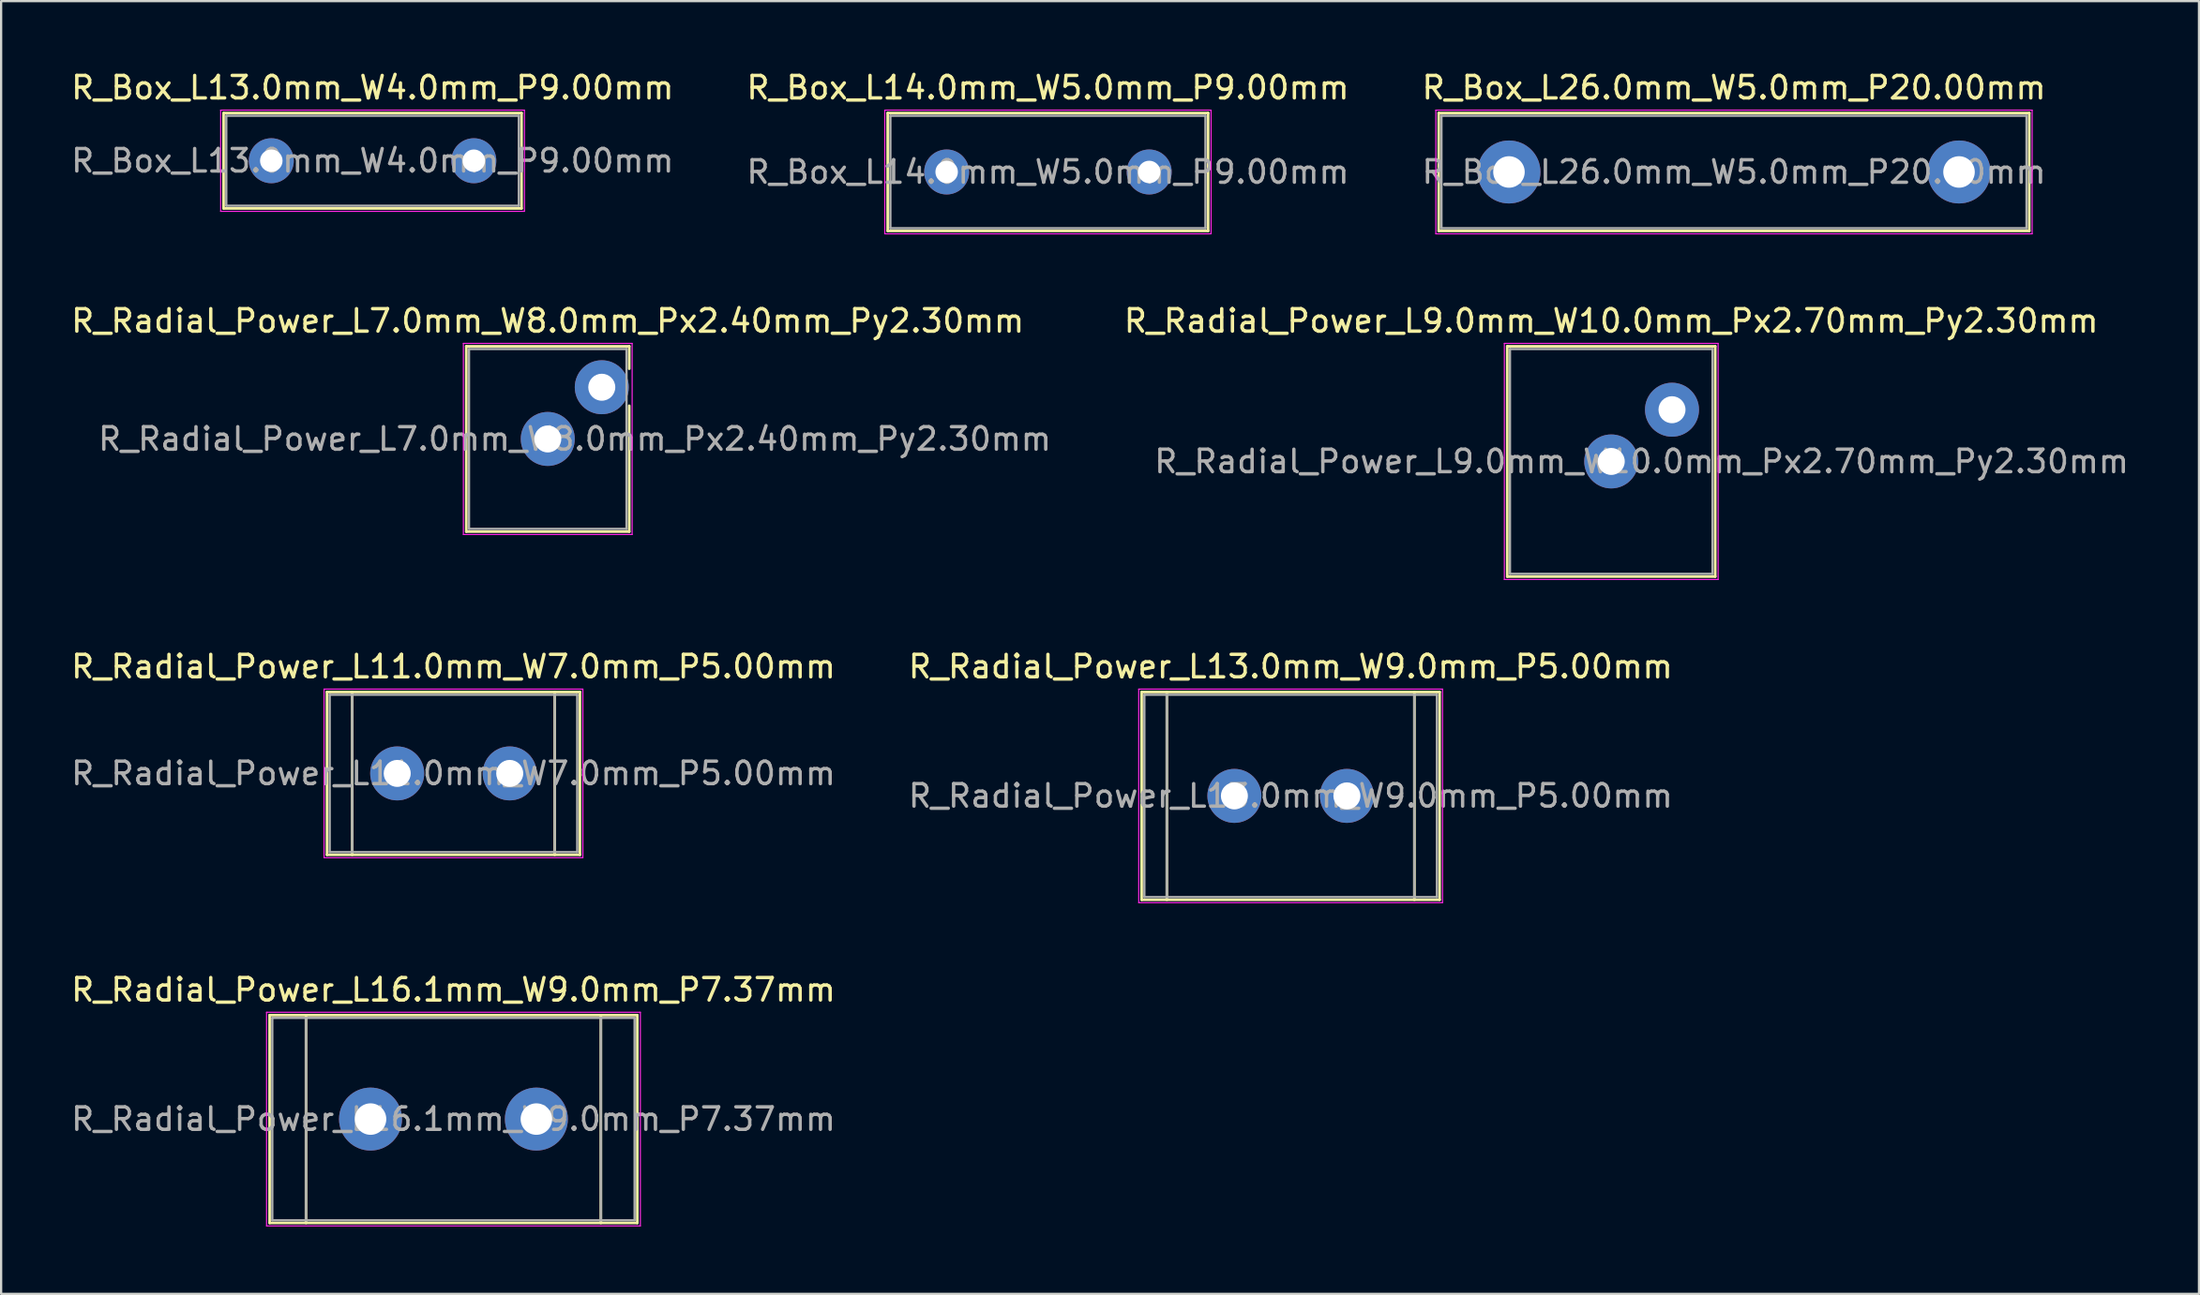
<source format=kicad_pcb>
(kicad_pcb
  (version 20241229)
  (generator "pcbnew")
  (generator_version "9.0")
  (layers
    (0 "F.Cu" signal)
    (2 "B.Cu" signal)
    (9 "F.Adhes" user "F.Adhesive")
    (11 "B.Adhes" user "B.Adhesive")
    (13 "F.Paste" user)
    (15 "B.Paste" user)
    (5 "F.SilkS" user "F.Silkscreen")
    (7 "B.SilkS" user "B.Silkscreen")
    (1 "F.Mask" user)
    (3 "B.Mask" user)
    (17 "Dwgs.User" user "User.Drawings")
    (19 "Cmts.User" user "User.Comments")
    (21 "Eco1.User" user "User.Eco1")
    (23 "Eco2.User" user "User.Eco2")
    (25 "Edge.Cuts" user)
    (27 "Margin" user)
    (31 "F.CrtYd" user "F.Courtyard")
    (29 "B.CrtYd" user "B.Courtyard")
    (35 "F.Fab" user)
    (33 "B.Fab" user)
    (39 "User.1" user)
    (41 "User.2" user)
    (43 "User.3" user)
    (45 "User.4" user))
  (footprint "R_Radial_Power_L7.0mm_W8.0mm_Px2.40mm_Py2.30mm"
    (layer "F.Cu")
    (at 21.292 16.471)
    (property "Reference" "R_Radial_Power_L7.0mm_W8.0mm_Px2.40mm_Py2.30mm" (at 0 -5.25 0) (layer "F.SilkS") (effects (font (size 1 1) (thickness 0.15))))
    (attr through_hole)
    (fp_line (start -3.62 -4.12) (end -3.62 4.12) (stroke (width 0.12) (type solid)) (layer "F.SilkS"))
    (fp_line (start -3.62 -4.12) (end 3.62 -4.12) (stroke (width 0.12) (type solid)) (layer "F.SilkS"))
    (fp_line (start -3.62 4.12) (end 3.62 4.12) (stroke (width 0.12) (type solid)) (layer "F.SilkS"))
    (fp_line (start 3.62 -4.12) (end 3.62 -3.125) (stroke (width 0.12) (type solid)) (layer "F.SilkS"))
    (fp_line (start 3.62 -1.475) (end 3.62 4.12) (stroke (width 0.12) (type solid)) (layer "F.SilkS"))
    (fp_line (start -3.75 -4.25) (end -3.75 4.25) (stroke (width 0.05) (type solid)) (layer "F.CrtYd"))
    (fp_line (start -3.75 4.25) (end 3.75 4.25) (stroke (width 0.05) (type solid)) (layer "F.CrtYd"))
    (fp_line (start 3.75 -4.25) (end -3.75 -4.25) (stroke (width 0.05) (type solid)) (layer "F.CrtYd"))
    (fp_line (start 3.75 4.25) (end 3.75 -4.25) (stroke (width 0.05) (type solid)) (layer "F.CrtYd"))
    (fp_line (start -3.5 -4) (end -3.5 4) (stroke (width 0.1) (type solid)) (layer "F.Fab"))
    (fp_line (start -3.5 4) (end 3.5 4) (stroke (width 0.1) (type solid)) (layer "F.Fab"))
    (fp_line (start 3.5 -4) (end -3.5 -4) (stroke (width 0.1) (type solid)) (layer "F.Fab"))
    (fp_line (start 3.5 4) (end 3.5 -4) (stroke (width 0.1) (type solid)) (layer "F.Fab"))
    (fp_text user "${REFERENCE}" (at 1.2 0 0) (layer "F.Fab") (effects (font (size 1 1) (thickness 0.15))))
    (pad "1" thru_hole circle (at 0 0) (size 2.4 2.4) (drill 1.2) (layers "*.Cu" "*.Mask"))
    (pad "2" thru_hole circle (at 2.4 -2.3) (size 2.4 2.4) (drill 1.2) (layers "*.Cu" "*.Mask")))
  (footprint "R_Box_L14.0mm_W5.0mm_P9.00mm"
    (layer "F.Cu")
    (at 39.018 4.598)
    (property "Reference" "R_Box_L14.0mm_W5.0mm_P9.00mm" (at 4.5 -3.75 0) (layer "F.SilkS") (effects (font (size 1 1) (thickness 0.15))))
    (attr through_hole)
    (fp_line (start -2.62 -2.62) (end -2.62 2.62) (stroke (width 0.12) (type solid)) (layer "F.SilkS"))
    (fp_line (start -2.62 -2.62) (end 11.62 -2.62) (stroke (width 0.12) (type solid)) (layer "F.SilkS"))
    (fp_line (start -2.62 2.62) (end 11.62 2.62) (stroke (width 0.12) (type solid)) (layer "F.SilkS"))
    (fp_line (start 11.62 -2.62) (end 11.62 2.62) (stroke (width 0.12) (type solid)) (layer "F.SilkS"))
    (fp_line (start -2.75 -2.75) (end -2.75 2.75) (stroke (width 0.05) (type solid)) (layer "F.CrtYd"))
    (fp_line (start -2.75 2.75) (end 11.75 2.75) (stroke (width 0.05) (type solid)) (layer "F.CrtYd"))
    (fp_line (start 11.75 -2.75) (end -2.75 -2.75) (stroke (width 0.05) (type solid)) (layer "F.CrtYd"))
    (fp_line (start 11.75 2.75) (end 11.75 -2.75) (stroke (width 0.05) (type solid)) (layer "F.CrtYd"))
    (fp_line (start -2.5 -2.5) (end -2.5 2.5) (stroke (width 0.1) (type solid)) (layer "F.Fab"))
    (fp_line (start -2.5 2.5) (end 11.5 2.5) (stroke (width 0.1) (type solid)) (layer "F.Fab"))
    (fp_line (start 11.5 -2.5) (end -2.5 -2.5) (stroke (width 0.1) (type solid)) (layer "F.Fab"))
    (fp_line (start 11.5 2.5) (end 11.5 -2.5) (stroke (width 0.1) (type solid)) (layer "F.Fab"))
    (fp_text user "${REFERENCE}" (at 4.5 0 0) (layer "F.Fab") (effects (font (size 1 1) (thickness 0.15))))
    (pad "1" thru_hole circle (at 0 0) (size 2 2) (drill 1) (layers "*.Cu" "*.Mask"))
    (pad "2" thru_hole circle (at 9 0) (size 2 2) (drill 1) (layers "*.Cu" "*.Mask")))
  (footprint "R_Radial_Power_L11.0mm_W7.0mm_P5.00mm"
    (layer "F.Cu")
    (at 14.601 31.345)
    (property "Reference" "R_Radial_Power_L11.0mm_W7.0mm_P5.00mm" (at 2.5 -4.75 0) (layer "F.SilkS") (effects (font (size 1 1) (thickness 0.15))))
    (attr through_hole)
    (fp_line (start -3.12 -3.62) (end -3.12 3.62) (stroke (width 0.12) (type solid)) (layer "F.SilkS"))
    (fp_line (start -3.12 -3.62) (end 8.12 -3.62) (stroke (width 0.12) (type solid)) (layer "F.SilkS"))
    (fp_line (start -3.12 3.62) (end 8.12 3.62) (stroke (width 0.12) (type solid)) (layer "F.SilkS"))
    (fp_line (start -2 -3.62) (end -2 3.62) (stroke (width 0.12) (type solid)) (layer "F.SilkS"))
    (fp_line (start 7 -3.62) (end 7 3.62) (stroke (width 0.12) (type solid)) (layer "F.SilkS"))
    (fp_line (start 8.12 -3.62) (end 8.12 3.62) (stroke (width 0.12) (type solid)) (layer "F.SilkS"))
    (fp_line (start -3.25 -3.75) (end -3.25 3.75) (stroke (width 0.05) (type solid)) (layer "F.CrtYd"))
    (fp_line (start -3.25 3.75) (end 8.25 3.75) (stroke (width 0.05) (type solid)) (layer "F.CrtYd"))
    (fp_line (start 8.25 -3.75) (end -3.25 -3.75) (stroke (width 0.05) (type solid)) (layer "F.CrtYd"))
    (fp_line (start 8.25 3.75) (end 8.25 -3.75) (stroke (width 0.05) (type solid)) (layer "F.CrtYd"))
    (fp_line (start -3 -3.5) (end -3 3.5) (stroke (width 0.1) (type solid)) (layer "F.Fab"))
    (fp_line (start -3 3.5) (end 8 3.5) (stroke (width 0.1) (type solid)) (layer "F.Fab"))
    (fp_line (start -2 -3.5) (end -2 3.5) (stroke (width 0.1) (type solid)) (layer "F.Fab"))
    (fp_line (start 7 -3.5) (end 7 3.5) (stroke (width 0.1) (type solid)) (layer "F.Fab"))
    (fp_line (start 8 -3.5) (end -3 -3.5) (stroke (width 0.1) (type solid)) (layer "F.Fab"))
    (fp_line (start 8 3.5) (end 8 -3.5) (stroke (width 0.1) (type solid)) (layer "F.Fab"))
    (fp_text user "${REFERENCE}" (at 2.5 0 0) (layer "F.Fab") (effects (font (size 1 1) (thickness 0.15))))
    (pad "1" thru_hole circle (at 0 0) (size 2.4 2.4) (drill 1.2) (layers "*.Cu" "*.Mask"))
    (pad "2" thru_hole circle (at 5 0) (size 2.4 2.4) (drill 1.2) (layers "*.Cu" "*.Mask")))
  (footprint "R_Radial_Power_L16.1mm_W9.0mm_P7.37mm"
    (layer "F.Cu")
    (at 13.416 46.718)
    (property "Reference" "R_Radial_Power_L16.1mm_W9.0mm_P7.37mm" (at 3.685 -5.75 0) (layer "F.SilkS") (effects (font (size 1 1) (thickness 0.15))))
    (attr through_hole)
    (fp_line (start -4.485 -4.62) (end -4.485 4.62) (stroke (width 0.12) (type solid)) (layer "F.SilkS"))
    (fp_line (start -4.485 -4.62) (end 11.855 -4.62) (stroke (width 0.12) (type solid)) (layer "F.SilkS"))
    (fp_line (start -4.485 4.62) (end 11.855 4.62) (stroke (width 0.12) (type solid)) (layer "F.SilkS"))
    (fp_line (start -2.866 -4.62) (end -2.866 4.62) (stroke (width 0.12) (type solid)) (layer "F.SilkS"))
    (fp_line (start 10.236 -4.62) (end 10.236 4.62) (stroke (width 0.12) (type solid)) (layer "F.SilkS"))
    (fp_line (start 11.855 -4.62) (end 11.855 4.62) (stroke (width 0.12) (type solid)) (layer "F.SilkS"))
    (fp_line (start -4.62 -4.75) (end -4.62 4.75) (stroke (width 0.05) (type solid)) (layer "F.CrtYd"))
    (fp_line (start -4.62 4.75) (end 11.99 4.75) (stroke (width 0.05) (type solid)) (layer "F.CrtYd"))
    (fp_line (start 11.99 -4.75) (end -4.62 -4.75) (stroke (width 0.05) (type solid)) (layer "F.CrtYd"))
    (fp_line (start 11.99 4.75) (end 11.99 -4.75) (stroke (width 0.05) (type solid)) (layer "F.CrtYd"))
    (fp_line (start -4.365 -4.5) (end -4.365 4.5) (stroke (width 0.1) (type solid)) (layer "F.Fab"))
    (fp_line (start -4.365 4.5) (end 11.735 4.5) (stroke (width 0.1) (type solid)) (layer "F.Fab"))
    (fp_line (start -2.865 -4.5) (end -2.865 4.5) (stroke (width 0.1) (type solid)) (layer "F.Fab"))
    (fp_line (start 10.235 -4.5) (end 10.235 4.5) (stroke (width 0.1) (type solid)) (layer "F.Fab"))
    (fp_line (start 11.735 -4.5) (end -4.365 -4.5) (stroke (width 0.1) (type solid)) (layer "F.Fab"))
    (fp_line (start 11.735 4.5) (end 11.735 -4.5) (stroke (width 0.1) (type solid)) (layer "F.Fab"))
    (fp_text user "${REFERENCE}" (at 3.685 0 0) (layer "F.Fab") (effects (font (size 1 1) (thickness 0.15))))
    (pad "1" thru_hole circle (at 0 0) (size 2.8 2.8) (drill 1.4) (layers "*.Cu" "*.Mask"))
    (pad "2" thru_hole circle (at 7.37 0) (size 2.8 2.8) (drill 1.4) (layers "*.Cu" "*.Mask")))
  (footprint "R_Radial_Power_L13.0mm_W9.0mm_P5.00mm"
    (layer "F.Cu")
    (at 51.804 32.345)
    (property "Reference" "R_Radial_Power_L13.0mm_W9.0mm_P5.00mm" (at 2.5 -5.75 0) (layer "F.SilkS") (effects (font (size 1 1) (thickness 0.15))))
    (attr through_hole)
    (fp_line (start -4.12 -4.62) (end -4.12 4.62) (stroke (width 0.12) (type solid)) (layer "F.SilkS"))
    (fp_line (start -4.12 -4.62) (end 9.12 -4.62) (stroke (width 0.12) (type solid)) (layer "F.SilkS"))
    (fp_line (start -4.12 4.62) (end 9.12 4.62) (stroke (width 0.12) (type solid)) (layer "F.SilkS"))
    (fp_line (start -3 -4.62) (end -3 4.62) (stroke (width 0.12) (type solid)) (layer "F.SilkS"))
    (fp_line (start 8 -4.62) (end 8 4.62) (stroke (width 0.12) (type solid)) (layer "F.SilkS"))
    (fp_line (start 9.12 -4.62) (end 9.12 4.62) (stroke (width 0.12) (type solid)) (layer "F.SilkS"))
    (fp_line (start -4.25 -4.75) (end -4.25 4.75) (stroke (width 0.05) (type solid)) (layer "F.CrtYd"))
    (fp_line (start -4.25 4.75) (end 9.25 4.75) (stroke (width 0.05) (type solid)) (layer "F.CrtYd"))
    (fp_line (start 9.25 -4.75) (end -4.25 -4.75) (stroke (width 0.05) (type solid)) (layer "F.CrtYd"))
    (fp_line (start 9.25 4.75) (end 9.25 -4.75) (stroke (width 0.05) (type solid)) (layer "F.CrtYd"))
    (fp_line (start -4 -4.5) (end -4 4.5) (stroke (width 0.1) (type solid)) (layer "F.Fab"))
    (fp_line (start -4 4.5) (end 9 4.5) (stroke (width 0.1) (type solid)) (layer "F.Fab"))
    (fp_line (start -3 -4.5) (end -3 4.5) (stroke (width 0.1) (type solid)) (layer "F.Fab"))
    (fp_line (start 8 -4.5) (end 8 4.5) (stroke (width 0.1) (type solid)) (layer "F.Fab"))
    (fp_line (start 9 -4.5) (end -4 -4.5) (stroke (width 0.1) (type solid)) (layer "F.Fab"))
    (fp_line (start 9 4.5) (end 9 -4.5) (stroke (width 0.1) (type solid)) (layer "F.Fab"))
    (fp_text user "${REFERENCE}" (at 2.5 0 0) (layer "F.Fab") (effects (font (size 1 1) (thickness 0.15))))
    (pad "1" thru_hole circle (at 0 0) (size 2.4 2.4) (drill 1.2) (layers "*.Cu" "*.Mask"))
    (pad "2" thru_hole circle (at 5 0) (size 2.4 2.4) (drill 1.2) (layers "*.Cu" "*.Mask")))
  (footprint "R_Box_L26.0mm_W5.0mm_P20.00mm"
    (layer "F.Cu")
    (at 64.006 4.598)
    (property "Reference" "R_Box_L26.0mm_W5.0mm_P20.00mm" (at 10 -3.75 0) (layer "F.SilkS") (effects (font (size 1 1) (thickness 0.15))))
    (attr through_hole)
    (fp_line (start -3.12 -2.62) (end -3.12 2.62) (stroke (width 0.12) (type solid)) (layer "F.SilkS"))
    (fp_line (start -3.12 -2.62) (end 23.12 -2.62) (stroke (width 0.12) (type solid)) (layer "F.SilkS"))
    (fp_line (start -3.12 2.62) (end 23.12 2.62) (stroke (width 0.12) (type solid)) (layer "F.SilkS"))
    (fp_line (start 23.12 -2.62) (end 23.12 2.62) (stroke (width 0.12) (type solid)) (layer "F.SilkS"))
    (fp_line (start -3.25 -2.75) (end -3.25 2.75) (stroke (width 0.05) (type solid)) (layer "F.CrtYd"))
    (fp_line (start -3.25 2.75) (end 23.25 2.75) (stroke (width 0.05) (type solid)) (layer "F.CrtYd"))
    (fp_line (start 23.25 -2.75) (end -3.25 -2.75) (stroke (width 0.05) (type solid)) (layer "F.CrtYd"))
    (fp_line (start 23.25 2.75) (end 23.25 -2.75) (stroke (width 0.05) (type solid)) (layer "F.CrtYd"))
    (fp_line (start -3 -2.5) (end -3 2.5) (stroke (width 0.1) (type solid)) (layer "F.Fab"))
    (fp_line (start -3 2.5) (end 23 2.5) (stroke (width 0.1) (type solid)) (layer "F.Fab"))
    (fp_line (start 23 -2.5) (end -3 -2.5) (stroke (width 0.1) (type solid)) (layer "F.Fab"))
    (fp_line (start 23 2.5) (end 23 -2.5) (stroke (width 0.1) (type solid)) (layer "F.Fab"))
    (fp_text user "${REFERENCE}" (at 10 0 0) (layer "F.Fab") (effects (font (size 1 1) (thickness 0.15))))
    (pad "1" thru_hole circle (at 0 0) (size 2.8 2.8) (drill 1.4) (layers "*.Cu" "*.Mask"))
    (pad "2" thru_hole circle (at 20 0) (size 2.8 2.8) (drill 1.4) (layers "*.Cu" "*.Mask")))
  (footprint "R_Box_L13.0mm_W4.0mm_P9.00mm"
    (layer "F.Cu")
    (at 9.006 4.098)
    (property "Reference" "R_Box_L13.0mm_W4.0mm_P9.00mm" (at 4.5 -3.25 0) (layer "F.SilkS") (effects (font (size 1 1) (thickness 0.15))))
    (attr through_hole)
    (fp_line (start -2.12 -2.12) (end -2.12 2.12) (stroke (width 0.12) (type solid)) (layer "F.SilkS"))
    (fp_line (start -2.12 -2.12) (end 11.12 -2.12) (stroke (width 0.12) (type solid)) (layer "F.SilkS"))
    (fp_line (start -2.12 2.12) (end 11.12 2.12) (stroke (width 0.12) (type solid)) (layer "F.SilkS"))
    (fp_line (start 11.12 -2.12) (end 11.12 2.12) (stroke (width 0.12) (type solid)) (layer "F.SilkS"))
    (fp_line (start -2.25 -2.25) (end -2.25 2.25) (stroke (width 0.05) (type solid)) (layer "F.CrtYd"))
    (fp_line (start -2.25 2.25) (end 11.25 2.25) (stroke (width 0.05) (type solid)) (layer "F.CrtYd"))
    (fp_line (start 11.25 -2.25) (end -2.25 -2.25) (stroke (width 0.05) (type solid)) (layer "F.CrtYd"))
    (fp_line (start 11.25 2.25) (end 11.25 -2.25) (stroke (width 0.05) (type solid)) (layer "F.CrtYd"))
    (fp_line (start -2 -2) (end -2 2) (stroke (width 0.1) (type solid)) (layer "F.Fab"))
    (fp_line (start -2 2) (end 11 2) (stroke (width 0.1) (type solid)) (layer "F.Fab"))
    (fp_line (start 11 -2) (end -2 -2) (stroke (width 0.1) (type solid)) (layer "F.Fab"))
    (fp_line (start 11 2) (end 11 -2) (stroke (width 0.1) (type solid)) (layer "F.Fab"))
    (fp_text user "${REFERENCE}" (at 4.5 0 0) (layer "F.Fab") (effects (font (size 1 1) (thickness 0.15))))
    (pad "1" thru_hole circle (at 0 0) (size 2 2) (drill 1) (layers "*.Cu" "*.Mask"))
    (pad "2" thru_hole circle (at 9 0) (size 2 2) (drill 1) (layers "*.Cu" "*.Mask")))
  (footprint "R_Radial_Power_L9.0mm_W10.0mm_Px2.70mm_Py2.30mm"
    (layer "F.Cu")
    (at 68.551 17.471)
    (property "Reference" "R_Radial_Power_L9.0mm_W10.0mm_Px2.70mm_Py2.30mm" (at 0 -6.25 0) (layer "F.SilkS") (effects (font (size 1 1) (thickness 0.15))))
    (attr through_hole)
    (fp_line (start -4.62 -5.12) (end -4.62 5.12) (stroke (width 0.12) (type solid)) (layer "F.SilkS"))
    (fp_line (start -4.62 -5.12) (end 4.62 -5.12) (stroke (width 0.12) (type solid)) (layer "F.SilkS"))
    (fp_line (start -4.62 5.12) (end 4.62 5.12) (stroke (width 0.12) (type solid)) (layer "F.SilkS"))
    (fp_line (start 4.62 -5.12) (end 4.62 5.12) (stroke (width 0.12) (type solid)) (layer "F.SilkS"))
    (fp_line (start -4.75 -5.25) (end -4.75 5.25) (stroke (width 0.05) (type solid)) (layer "F.CrtYd"))
    (fp_line (start -4.75 5.25) (end 4.75 5.25) (stroke (width 0.05) (type solid)) (layer "F.CrtYd"))
    (fp_line (start 4.75 -5.25) (end -4.75 -5.25) (stroke (width 0.05) (type solid)) (layer "F.CrtYd"))
    (fp_line (start 4.75 5.25) (end 4.75 -5.25) (stroke (width 0.05) (type solid)) (layer "F.CrtYd"))
    (fp_line (start -4.5 -5) (end -4.5 5) (stroke (width 0.1) (type solid)) (layer "F.Fab"))
    (fp_line (start -4.5 5) (end 4.5 5) (stroke (width 0.1) (type solid)) (layer "F.Fab"))
    (fp_line (start 4.5 -5) (end -4.5 -5) (stroke (width 0.1) (type solid)) (layer "F.Fab"))
    (fp_line (start 4.5 5) (end 4.5 -5) (stroke (width 0.1) (type solid)) (layer "F.Fab"))
    (fp_text user "${REFERENCE}" (at 1.35 0 0) (layer "F.Fab") (effects (font (size 1 1) (thickness 0.15))))
    (pad "1" thru_hole circle (at 0 0) (size 2.4 2.4) (drill 1.2) (layers "*.Cu" "*.Mask"))
    (pad "2" thru_hole circle (at 2.7 -2.3) (size 2.4 2.4) (drill 1.2) (layers "*.Cu" "*.Mask")))
  (gr_rect
    (start -3 -3)
    (end 94.669 54.493)
    (stroke (width 0.1) (type default))
    (fill no)
    (layer "Edge.Cuts")))
</source>
